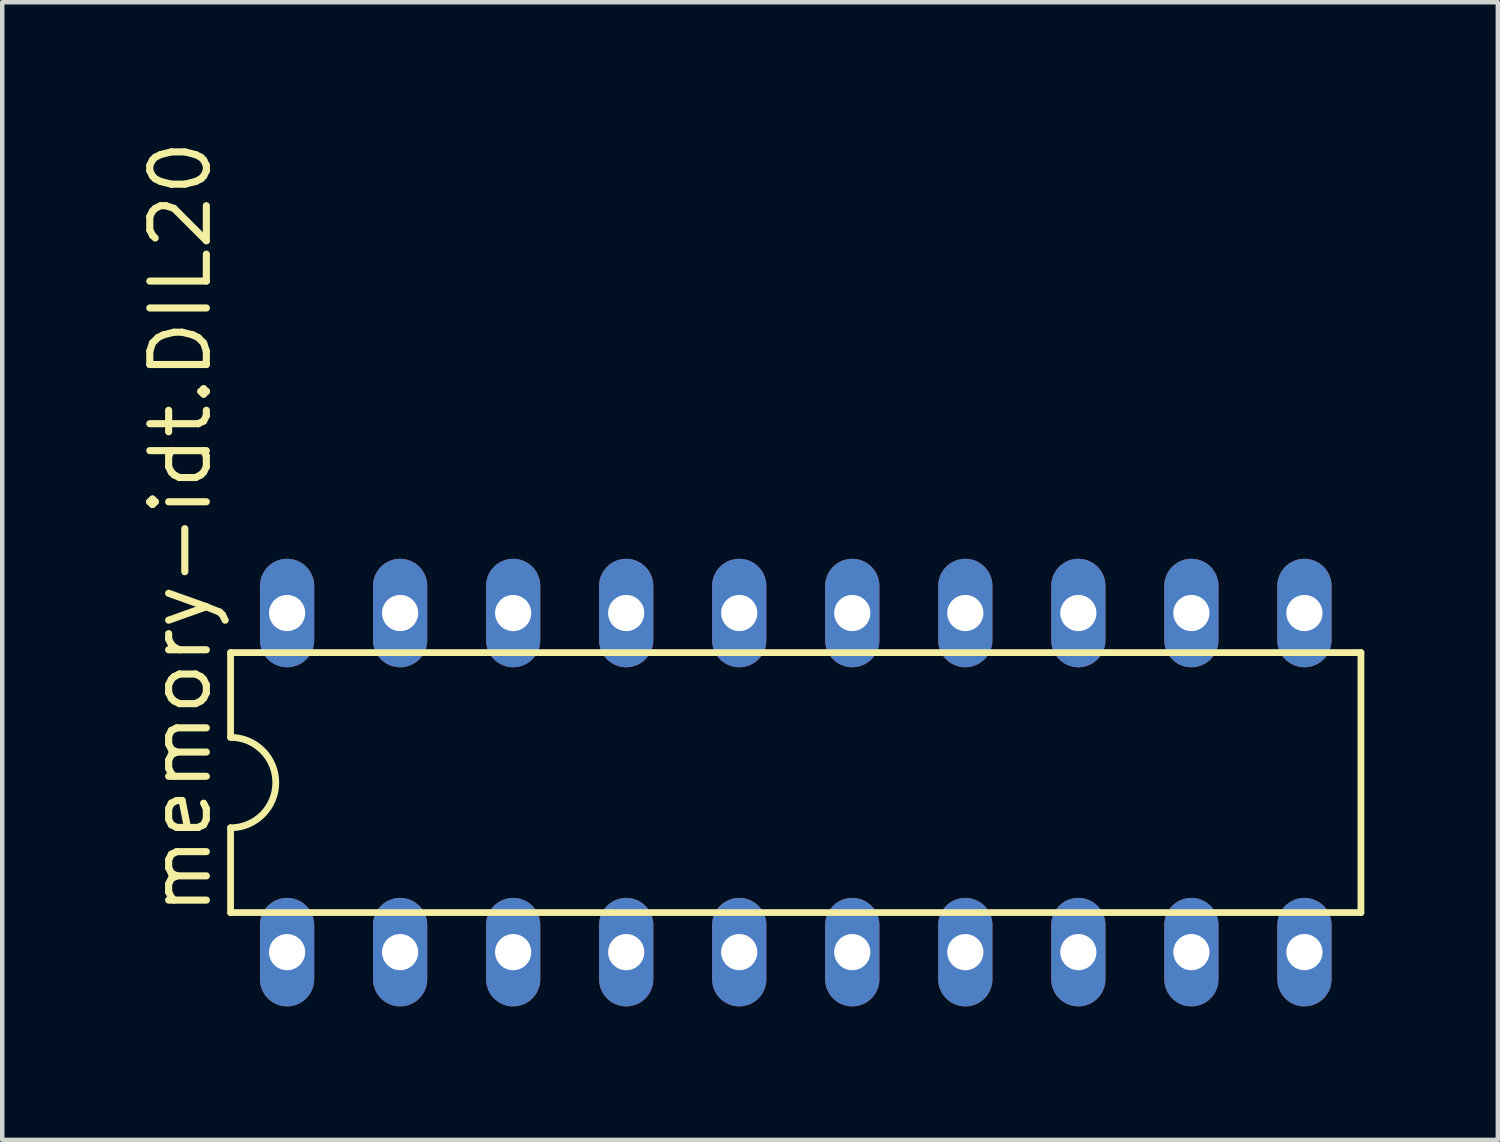
<source format=kicad_pcb>
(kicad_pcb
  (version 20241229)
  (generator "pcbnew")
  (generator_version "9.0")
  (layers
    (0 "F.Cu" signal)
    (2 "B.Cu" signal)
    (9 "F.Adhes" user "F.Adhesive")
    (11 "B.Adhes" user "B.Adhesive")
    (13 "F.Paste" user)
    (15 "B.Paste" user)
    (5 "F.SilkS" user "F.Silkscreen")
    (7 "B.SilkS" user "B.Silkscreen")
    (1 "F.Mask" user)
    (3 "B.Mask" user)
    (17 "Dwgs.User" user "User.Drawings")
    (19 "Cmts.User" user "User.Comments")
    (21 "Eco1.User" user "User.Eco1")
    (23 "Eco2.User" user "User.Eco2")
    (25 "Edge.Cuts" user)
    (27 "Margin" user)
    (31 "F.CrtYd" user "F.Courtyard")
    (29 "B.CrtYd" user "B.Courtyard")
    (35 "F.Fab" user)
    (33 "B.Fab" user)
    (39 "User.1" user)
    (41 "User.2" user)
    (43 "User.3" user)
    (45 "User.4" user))
  (footprint "memory-idt.DIL20"
    (layer "F.Cu")
    (at 14.831 14.535)
    (property "Reference" "memory-idt.DIL20" (at -13.081 3.048 90) (layer "F.SilkS") (effects (font (size 1.27 1.27) (thickness 0.16)) (justify left bottom)))
    (attr through_hole)
    (fp_line (start -12.7 -2.921) (end -12.7 -1.016) (stroke (width 0.152) (type default)) (layer "F.SilkS"))
    (fp_line (start -12.7 2.921) (end -12.7 1.016) (stroke (width 0.152) (type default)) (layer "F.SilkS"))
    (fp_line (start -12.7 2.921) (end 12.7 2.921) (stroke (width 0.152) (type default)) (layer "F.SilkS"))
    (fp_line (start 12.7 -2.921) (end -12.7 -2.921) (stroke (width 0.152) (type default)) (layer "F.SilkS"))
    (fp_line (start 12.7 -2.921) (end 12.7 2.921) (stroke (width 0.152) (type default)) (layer "F.SilkS"))
    (fp_arc (start -12.7 -1.016) (mid -11.684 0) (end -12.7 1.016) (stroke (width 0.1524) (type default)) (layer "F.SilkS"))
    (pad "1" thru_hole oval (at -11.43 3.81 90) (size 2.438 1.219) (drill 0.813) (layers "*.Cu" "*.Mask"))
    (pad "2" thru_hole oval (at -8.89 3.81 90) (size 2.438 1.219) (drill 0.813) (layers "*.Cu" "*.Mask"))
    (pad "3" thru_hole oval (at -6.35 3.81 90) (size 2.438 1.219) (drill 0.813) (layers "*.Cu" "*.Mask"))
    (pad "4" thru_hole oval (at -3.81 3.81 90) (size 2.438 1.219) (drill 0.813) (layers "*.Cu" "*.Mask"))
    (pad "5" thru_hole oval (at -1.27 3.81 90) (size 2.438 1.219) (drill 0.813) (layers "*.Cu" "*.Mask"))
    (pad "6" thru_hole oval (at 1.27 3.81 90) (size 2.438 1.219) (drill 0.813) (layers "*.Cu" "*.Mask"))
    (pad "7" thru_hole oval (at 3.81 3.81 90) (size 2.438 1.219) (drill 0.813) (layers "*.Cu" "*.Mask"))
    (pad "8" thru_hole oval (at 6.35 3.81 90) (size 2.438 1.219) (drill 0.813) (layers "*.Cu" "*.Mask"))
    (pad "9" thru_hole oval (at 8.89 3.81 90) (size 2.438 1.219) (drill 0.813) (layers "*.Cu" "*.Mask"))
    (pad "10" thru_hole oval (at 11.43 3.81 90) (size 2.438 1.219) (drill 0.813) (layers "*.Cu" "*.Mask"))
    (pad "11" thru_hole oval (at 11.43 -3.81 90) (size 2.438 1.219) (drill 0.813) (layers "*.Cu" "*.Mask"))
    (pad "12" thru_hole oval (at 8.89 -3.81 90) (size 2.438 1.219) (drill 0.813) (layers "*.Cu" "*.Mask"))
    (pad "13" thru_hole oval (at 6.35 -3.81 90) (size 2.438 1.219) (drill 0.813) (layers "*.Cu" "*.Mask"))
    (pad "14" thru_hole oval (at 3.81 -3.81 90) (size 2.438 1.219) (drill 0.813) (layers "*.Cu" "*.Mask"))
    (pad "15" thru_hole oval (at 1.27 -3.81 90) (size 2.438 1.219) (drill 0.813) (layers "*.Cu" "*.Mask"))
    (pad "16" thru_hole oval (at -1.27 -3.81 90) (size 2.438 1.219) (drill 0.813) (layers "*.Cu" "*.Mask"))
    (pad "17" thru_hole oval (at -3.81 -3.81 90) (size 2.438 1.219) (drill 0.813) (layers "*.Cu" "*.Mask"))
    (pad "18" thru_hole oval (at -6.35 -3.81 90) (size 2.438 1.219) (drill 0.813) (layers "*.Cu" "*.Mask"))
    (pad "19" thru_hole oval (at -8.89 -3.81 90) (size 2.438 1.219) (drill 0.813) (layers "*.Cu" "*.Mask"))
    (pad "20" thru_hole oval (at -11.43 -3.81 90) (size 2.438 1.219) (drill 0.813) (layers "*.Cu" "*.Mask")))
  (gr_rect
    (start -3 -3)
    (end 30.607 22.564)
    (stroke (width 0.1) (type default))
    (fill no)
    (layer "Edge.Cuts")))
</source>
